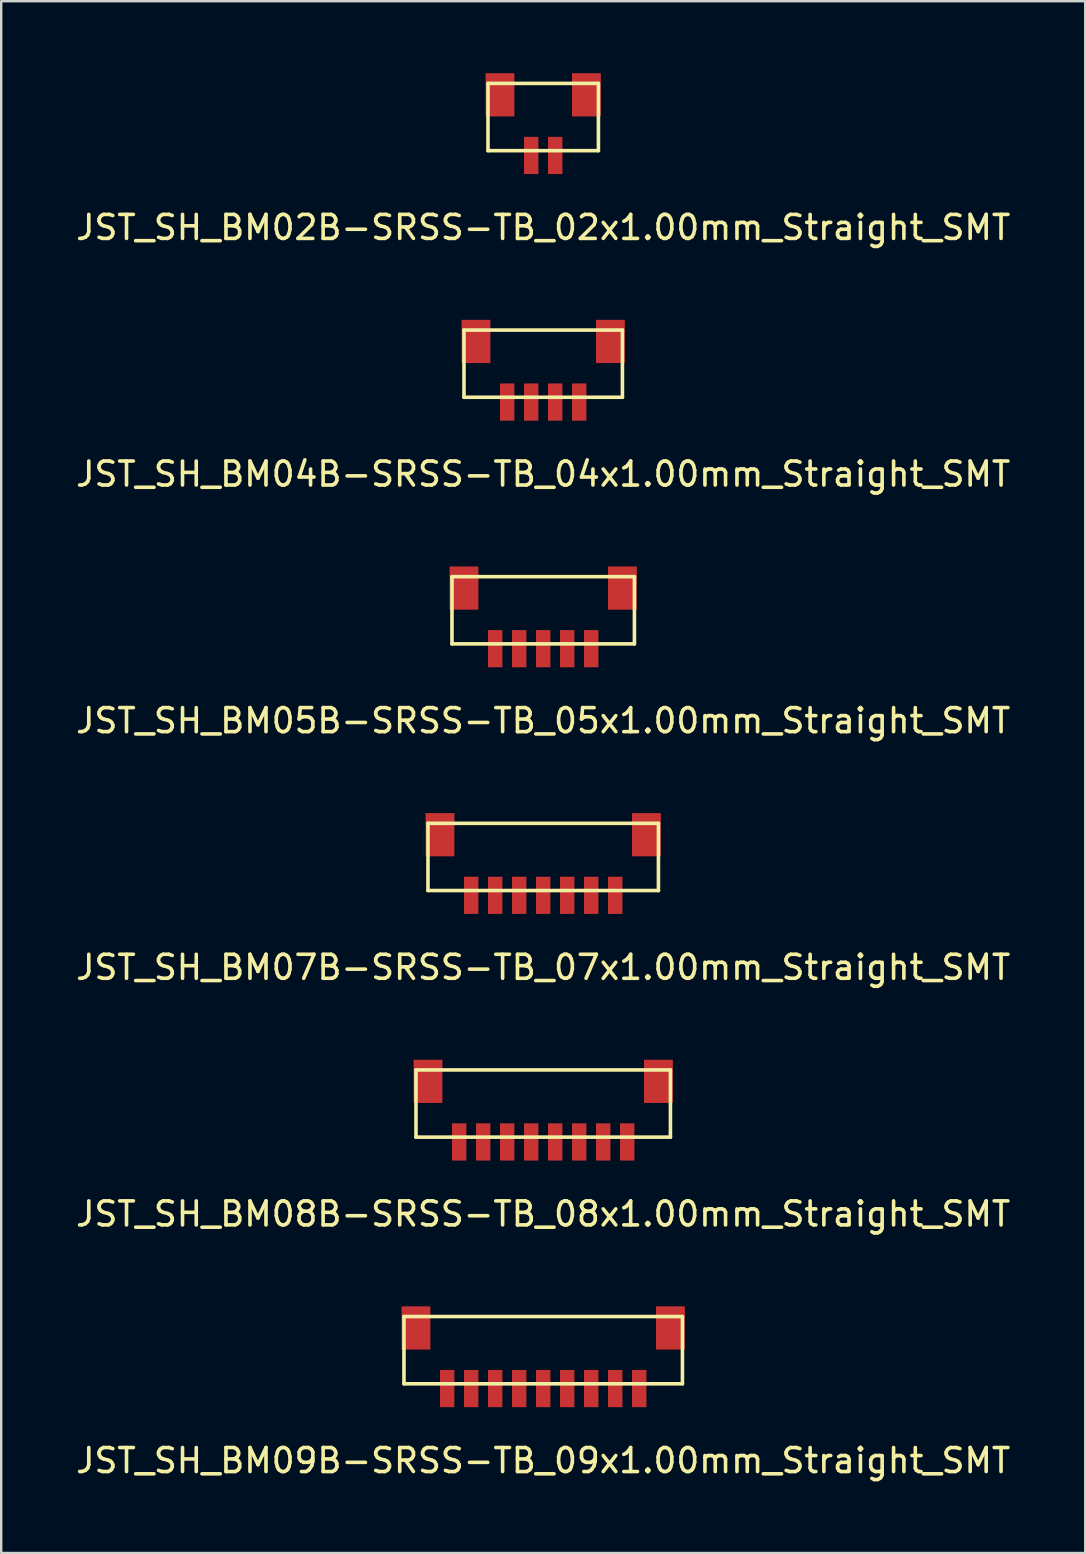
<source format=kicad_pcb>
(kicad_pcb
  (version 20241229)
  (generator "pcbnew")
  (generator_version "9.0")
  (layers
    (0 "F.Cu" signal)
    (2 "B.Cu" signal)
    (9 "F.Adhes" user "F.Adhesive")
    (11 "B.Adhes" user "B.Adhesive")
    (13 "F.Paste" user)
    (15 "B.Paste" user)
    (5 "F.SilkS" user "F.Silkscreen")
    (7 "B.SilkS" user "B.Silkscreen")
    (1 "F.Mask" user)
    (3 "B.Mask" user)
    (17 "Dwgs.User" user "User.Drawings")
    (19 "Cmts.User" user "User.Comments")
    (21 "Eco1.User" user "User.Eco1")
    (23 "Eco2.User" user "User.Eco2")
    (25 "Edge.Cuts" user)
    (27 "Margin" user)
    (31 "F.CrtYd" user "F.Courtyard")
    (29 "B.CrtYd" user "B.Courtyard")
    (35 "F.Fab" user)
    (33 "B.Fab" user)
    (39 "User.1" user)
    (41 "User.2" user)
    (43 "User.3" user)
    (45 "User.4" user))
  (footprint "JST_SH_BM08B-SRSS-TB_08x1.00mm_Straight_SMT"
    (layer "F.Cu")
    (at 19.577 44.518)
    (property "Reference" "JST_SH_BM08B-SRSS-TB_08x1.00mm_Straight_SMT" (at 0 3 0) (layer "F.SilkS") (effects (font (size 1 1) (thickness 0.15))))
    (attr smd)
    (fp_line (start -5.3 -3) (end -5.3 -0.2) (stroke (width 0.15) (type solid)) (layer "F.SilkS"))
    (fp_line (start -5.3 -3) (end 5.3 -3) (stroke (width 0.15) (type solid)) (layer "F.SilkS"))
    (fp_line (start -5.3 -0.2) (end 5.3 -0.2) (stroke (width 0.15) (type solid)) (layer "F.SilkS"))
    (fp_line (start 5.3 -3) (end 5.3 -0.2) (stroke (width 0.15) (type solid)) (layer "F.SilkS"))
    (pad "1" smd rect (at -3.5 0) (size 0.6 1.55) (layers "F.Cu" "F.Mask" "F.Paste"))
    (pad "2" smd rect (at -2.5 0) (size 0.6 1.55) (layers "F.Cu" "F.Mask" "F.Paste"))
    (pad "3" smd rect (at -1.5 0) (size 0.6 1.55) (layers "F.Cu" "F.Mask" "F.Paste"))
    (pad "4" smd rect (at -0.5 0) (size 0.6 1.55) (layers "F.Cu" "F.Mask" "F.Paste"))
    (pad "5" smd rect (at 0.5 0) (size 0.6 1.55) (layers "F.Cu" "F.Mask" "F.Paste"))
    (pad "6" smd rect (at 1.5 0) (size 0.6 1.55) (layers "F.Cu" "F.Mask" "F.Paste"))
    (pad "7" smd rect (at 2.5 0) (size 0.6 1.55) (layers "F.Cu" "F.Mask" "F.Paste"))
    (pad "8" smd rect (at 3.5 0) (size 0.6 1.55) (layers "F.Cu" "F.Mask" "F.Paste"))
    (pad "9" smd rect (at -4.8 -2.525) (size 1.2 1.8) (layers "F.Cu" "F.Mask" "F.Paste"))
    (pad "9" smd rect (at 4.8 -2.525) (size 1.2 1.8) (layers "F.Cu" "F.Mask" "F.Paste")))
  (footprint "JST_SH_BM04B-SRSS-TB_04x1.00mm_Straight_SMT"
    (layer "F.Cu")
    (at 19.577 13.698)
    (property "Reference" "JST_SH_BM04B-SRSS-TB_04x1.00mm_Straight_SMT" (at 0 3 0) (layer "F.SilkS") (effects (font (size 1 1) (thickness 0.15))))
    (attr smd)
    (fp_line (start -3.3 -3) (end -3.3 -0.2) (stroke (width 0.15) (type solid)) (layer "F.SilkS"))
    (fp_line (start -3.3 -3) (end 3.3 -3) (stroke (width 0.15) (type solid)) (layer "F.SilkS"))
    (fp_line (start -3.3 -0.2) (end 3.3 -0.2) (stroke (width 0.15) (type solid)) (layer "F.SilkS"))
    (fp_line (start 3.3 -3) (end 3.3 -0.2) (stroke (width 0.15) (type solid)) (layer "F.SilkS"))
    (pad "1" smd rect (at -1.5 0) (size 0.6 1.55) (layers "F.Cu" "F.Mask" "F.Paste"))
    (pad "2" smd rect (at -0.5 0) (size 0.6 1.55) (layers "F.Cu" "F.Mask" "F.Paste"))
    (pad "3" smd rect (at 0.5 0) (size 0.6 1.55) (layers "F.Cu" "F.Mask" "F.Paste"))
    (pad "4" smd rect (at 1.5 0) (size 0.6 1.55) (layers "F.Cu" "F.Mask" "F.Paste"))
    (pad "5" smd rect (at -2.8 -2.525) (size 1.2 1.8) (layers "F.Cu" "F.Mask" "F.Paste"))
    (pad "5" smd rect (at 2.8 -2.525) (size 1.2 1.8) (layers "F.Cu" "F.Mask" "F.Paste")))
  (footprint "JST_SH_BM09B-SRSS-TB_09x1.00mm_Straight_SMT"
    (layer "F.Cu")
    (at 19.577 54.791)
    (property "Reference" "JST_SH_BM09B-SRSS-TB_09x1.00mm_Straight_SMT" (at 0 3 0) (layer "F.SilkS") (effects (font (size 1 1) (thickness 0.15))))
    (attr smd)
    (fp_line (start -5.8 -3) (end -5.8 -0.2) (stroke (width 0.15) (type solid)) (layer "F.SilkS"))
    (fp_line (start -5.8 -3) (end 5.8 -3) (stroke (width 0.15) (type solid)) (layer "F.SilkS"))
    (fp_line (start -5.8 -0.2) (end 5.8 -0.2) (stroke (width 0.15) (type solid)) (layer "F.SilkS"))
    (fp_line (start 5.8 -3) (end 5.8 -0.2) (stroke (width 0.15) (type solid)) (layer "F.SilkS"))
    (pad "1" smd rect (at -4 0) (size 0.6 1.55) (layers "F.Cu" "F.Mask" "F.Paste"))
    (pad "2" smd rect (at -3 0) (size 0.6 1.55) (layers "F.Cu" "F.Mask" "F.Paste"))
    (pad "3" smd rect (at -2 0) (size 0.6 1.55) (layers "F.Cu" "F.Mask" "F.Paste"))
    (pad "4" smd rect (at -1 0) (size 0.6 1.55) (layers "F.Cu" "F.Mask" "F.Paste"))
    (pad "5" smd rect (at 0 0) (size 0.6 1.55) (layers "F.Cu" "F.Mask" "F.Paste"))
    (pad "6" smd rect (at 1 0) (size 0.6 1.55) (layers "F.Cu" "F.Mask" "F.Paste"))
    (pad "7" smd rect (at 2 0) (size 0.6 1.55) (layers "F.Cu" "F.Mask" "F.Paste"))
    (pad "8" smd rect (at 3 0) (size 0.6 1.55) (layers "F.Cu" "F.Mask" "F.Paste"))
    (pad "9" smd rect (at 4 0) (size 0.6 1.55) (layers "F.Cu" "F.Mask" "F.Paste"))
    (pad "10" smd rect (at -5.3 -2.525) (size 1.2 1.8) (layers "F.Cu" "F.Mask" "F.Paste"))
    (pad "10" smd rect (at 5.3 -2.525) (size 1.2 1.8) (layers "F.Cu" "F.Mask" "F.Paste")))
  (footprint "JST_SH_BM07B-SRSS-TB_07x1.00mm_Straight_SMT"
    (layer "F.Cu")
    (at 19.577 34.245)
    (property "Reference" "JST_SH_BM07B-SRSS-TB_07x1.00mm_Straight_SMT" (at 0 3 0) (layer "F.SilkS") (effects (font (size 1 1) (thickness 0.15))))
    (attr smd)
    (fp_line (start -4.8 -3) (end -4.8 -0.2) (stroke (width 0.15) (type solid)) (layer "F.SilkS"))
    (fp_line (start -4.8 -3) (end 4.8 -3) (stroke (width 0.15) (type solid)) (layer "F.SilkS"))
    (fp_line (start -4.8 -0.2) (end 4.8 -0.2) (stroke (width 0.15) (type solid)) (layer "F.SilkS"))
    (fp_line (start 4.8 -3) (end 4.8 -0.2) (stroke (width 0.15) (type solid)) (layer "F.SilkS"))
    (pad "1" smd rect (at -3 0) (size 0.6 1.55) (layers "F.Cu" "F.Mask" "F.Paste"))
    (pad "2" smd rect (at -2 0) (size 0.6 1.55) (layers "F.Cu" "F.Mask" "F.Paste"))
    (pad "3" smd rect (at -1 0) (size 0.6 1.55) (layers "F.Cu" "F.Mask" "F.Paste"))
    (pad "4" smd rect (at 0 0) (size 0.6 1.55) (layers "F.Cu" "F.Mask" "F.Paste"))
    (pad "5" smd rect (at 1 0) (size 0.6 1.55) (layers "F.Cu" "F.Mask" "F.Paste"))
    (pad "6" smd rect (at 2 0) (size 0.6 1.55) (layers "F.Cu" "F.Mask" "F.Paste"))
    (pad "7" smd rect (at 3 0) (size 0.6 1.55) (layers "F.Cu" "F.Mask" "F.Paste"))
    (pad "8" smd rect (at -4.3 -2.525) (size 1.2 1.8) (layers "F.Cu" "F.Mask" "F.Paste"))
    (pad "8" smd rect (at 4.3 -2.525) (size 1.2 1.8) (layers "F.Cu" "F.Mask" "F.Paste")))
  (footprint "JST_SH_BM02B-SRSS-TB_02x1.00mm_Straight_SMT"
    (layer "F.Cu")
    (at 19.577 3.425)
    (property "Reference" "JST_SH_BM02B-SRSS-TB_02x1.00mm_Straight_SMT" (at 0 3 0) (layer "F.SilkS") (effects (font (size 1 1) (thickness 0.15))))
    (attr smd)
    (fp_line (start -2.3 -3) (end -2.3 -0.2) (stroke (width 0.15) (type solid)) (layer "F.SilkS"))
    (fp_line (start -2.3 -3) (end 2.3 -3) (stroke (width 0.15) (type solid)) (layer "F.SilkS"))
    (fp_line (start -2.3 -0.2) (end 2.3 -0.2) (stroke (width 0.15) (type solid)) (layer "F.SilkS"))
    (fp_line (start 2.3 -3) (end 2.3 -0.2) (stroke (width 0.15) (type solid)) (layer "F.SilkS"))
    (pad "1" smd rect (at -0.5 0) (size 0.6 1.55) (layers "F.Cu" "F.Mask" "F.Paste"))
    (pad "2" smd rect (at 0.5 0) (size 0.6 1.55) (layers "F.Cu" "F.Mask" "F.Paste"))
    (pad "3" smd rect (at -1.8 -2.525) (size 1.2 1.8) (layers "F.Cu" "F.Mask" "F.Paste"))
    (pad "3" smd rect (at 1.8 -2.525) (size 1.2 1.8) (layers "F.Cu" "F.Mask" "F.Paste")))
  (footprint "JST_SH_BM05B-SRSS-TB_05x1.00mm_Straight_SMT"
    (layer "F.Cu")
    (at 19.577 23.971)
    (property "Reference" "JST_SH_BM05B-SRSS-TB_05x1.00mm_Straight_SMT" (at 0 3 0) (layer "F.SilkS") (effects (font (size 1 1) (thickness 0.15))))
    (attr smd)
    (fp_line (start -3.8 -3) (end -3.8 -0.2) (stroke (width 0.15) (type solid)) (layer "F.SilkS"))
    (fp_line (start -3.8 -3) (end 3.8 -3) (stroke (width 0.15) (type solid)) (layer "F.SilkS"))
    (fp_line (start -3.8 -0.2) (end 3.8 -0.2) (stroke (width 0.15) (type solid)) (layer "F.SilkS"))
    (fp_line (start 3.8 -3) (end 3.8 -0.2) (stroke (width 0.15) (type solid)) (layer "F.SilkS"))
    (pad "1" smd rect (at -2 0) (size 0.6 1.55) (layers "F.Cu" "F.Mask" "F.Paste"))
    (pad "2" smd rect (at -1 0) (size 0.6 1.55) (layers "F.Cu" "F.Mask" "F.Paste"))
    (pad "3" smd rect (at 0 0) (size 0.6 1.55) (layers "F.Cu" "F.Mask" "F.Paste"))
    (pad "4" smd rect (at 1 0) (size 0.6 1.55) (layers "F.Cu" "F.Mask" "F.Paste"))
    (pad "5" smd rect (at 2 0) (size 0.6 1.55) (layers "F.Cu" "F.Mask" "F.Paste"))
    (pad "6" smd rect (at -3.3 -2.525) (size 1.2 1.8) (layers "F.Cu" "F.Mask" "F.Paste"))
    (pad "6" smd rect (at 3.3 -2.525) (size 1.2 1.8) (layers "F.Cu" "F.Mask" "F.Paste")))
  (gr_rect
    (start -3 -3)
    (end 42.155 61.639)
    (stroke (width 0.1) (type default))
    (fill no)
    (layer "Edge.Cuts")))
</source>
